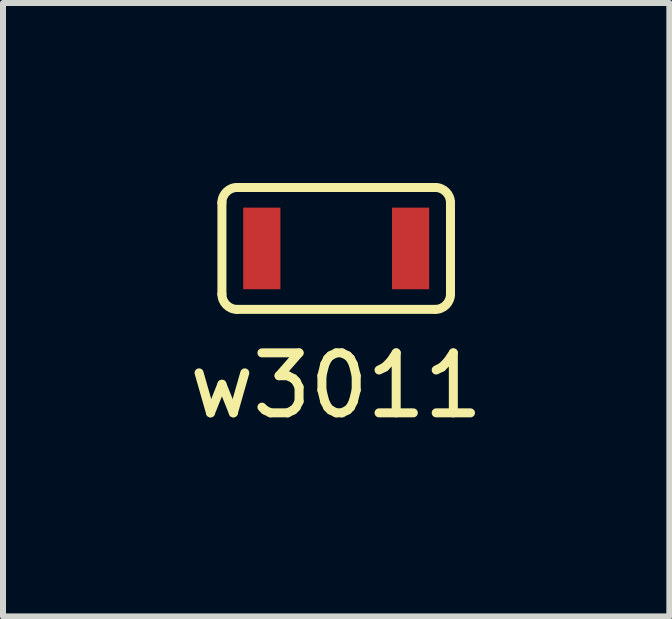
<source format=kicad_pcb>
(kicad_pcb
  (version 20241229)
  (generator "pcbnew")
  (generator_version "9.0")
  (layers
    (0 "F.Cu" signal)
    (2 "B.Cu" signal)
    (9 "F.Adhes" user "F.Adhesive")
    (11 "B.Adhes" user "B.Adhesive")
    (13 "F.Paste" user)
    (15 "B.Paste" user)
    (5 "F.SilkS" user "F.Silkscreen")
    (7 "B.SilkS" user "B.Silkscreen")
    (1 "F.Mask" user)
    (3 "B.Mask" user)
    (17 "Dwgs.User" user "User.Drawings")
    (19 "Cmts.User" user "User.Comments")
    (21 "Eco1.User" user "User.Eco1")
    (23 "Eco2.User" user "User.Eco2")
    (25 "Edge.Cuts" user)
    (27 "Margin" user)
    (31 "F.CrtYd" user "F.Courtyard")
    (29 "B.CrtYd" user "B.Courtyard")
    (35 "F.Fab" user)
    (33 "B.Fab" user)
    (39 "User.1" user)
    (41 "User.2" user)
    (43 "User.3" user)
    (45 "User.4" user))
  (footprint "w3011"
    (layer "F.Cu")
    (at 2.554 1.091)
    (property "Reference" "w3011" (at 0 2.286 0) (layer "F.SilkS") (effects (font (size 1 1) (thickness 0.15))))
    (attr through_hole)
    (fp_line (start -1.905 0.762) (end -1.905 -0.762) (stroke (width 0.15) (type solid)) (layer "F.SilkS"))
    (fp_line (start -1.651 -1.016) (end 1.651 -1.016) (stroke (width 0.15) (type solid)) (layer "F.SilkS"))
    (fp_line (start 1.651 1.016) (end -1.651 1.016) (stroke (width 0.15) (type solid)) (layer "F.SilkS"))
    (fp_line (start 1.905 -0.762) (end 1.905 0.762) (stroke (width 0.15) (type solid)) (layer "F.SilkS"))
    (fp_arc (start -1.905 -0.762) (mid -1.830605 -0.941605) (end -1.651 -1.016) (stroke (width 0.15) (type solid)) (layer "F.SilkS"))
    (fp_arc (start -1.651 1.016) (mid -1.830605 0.941605) (end -1.905 0.762) (stroke (width 0.15) (type solid)) (layer "F.SilkS"))
    (fp_arc (start 1.651 -1.016) (mid 1.830605 -0.941605) (end 1.905 -0.762) (stroke (width 0.15) (type solid)) (layer "F.SilkS"))
    (fp_arc (start 1.905 0.762) (mid 1.830605 0.941605) (end 1.651 1.016) (stroke (width 0.15) (type solid)) (layer "F.SilkS"))
    (pad "1" smd rect (at -1.24 0) (size 0.62 1.36) (layers "F.Cu" "F.Mask" "F.Paste"))
    (pad "2" smd rect (at 1.24 0) (size 0.62 1.36) (layers "F.Cu" "F.Mask" "F.Paste")))
  (gr_rect
    (start -3 -3)
    (end 8.107 7.225)
    (stroke (width 0.1) (type default))
    (fill no)
    (layer "Edge.Cuts")))
</source>
